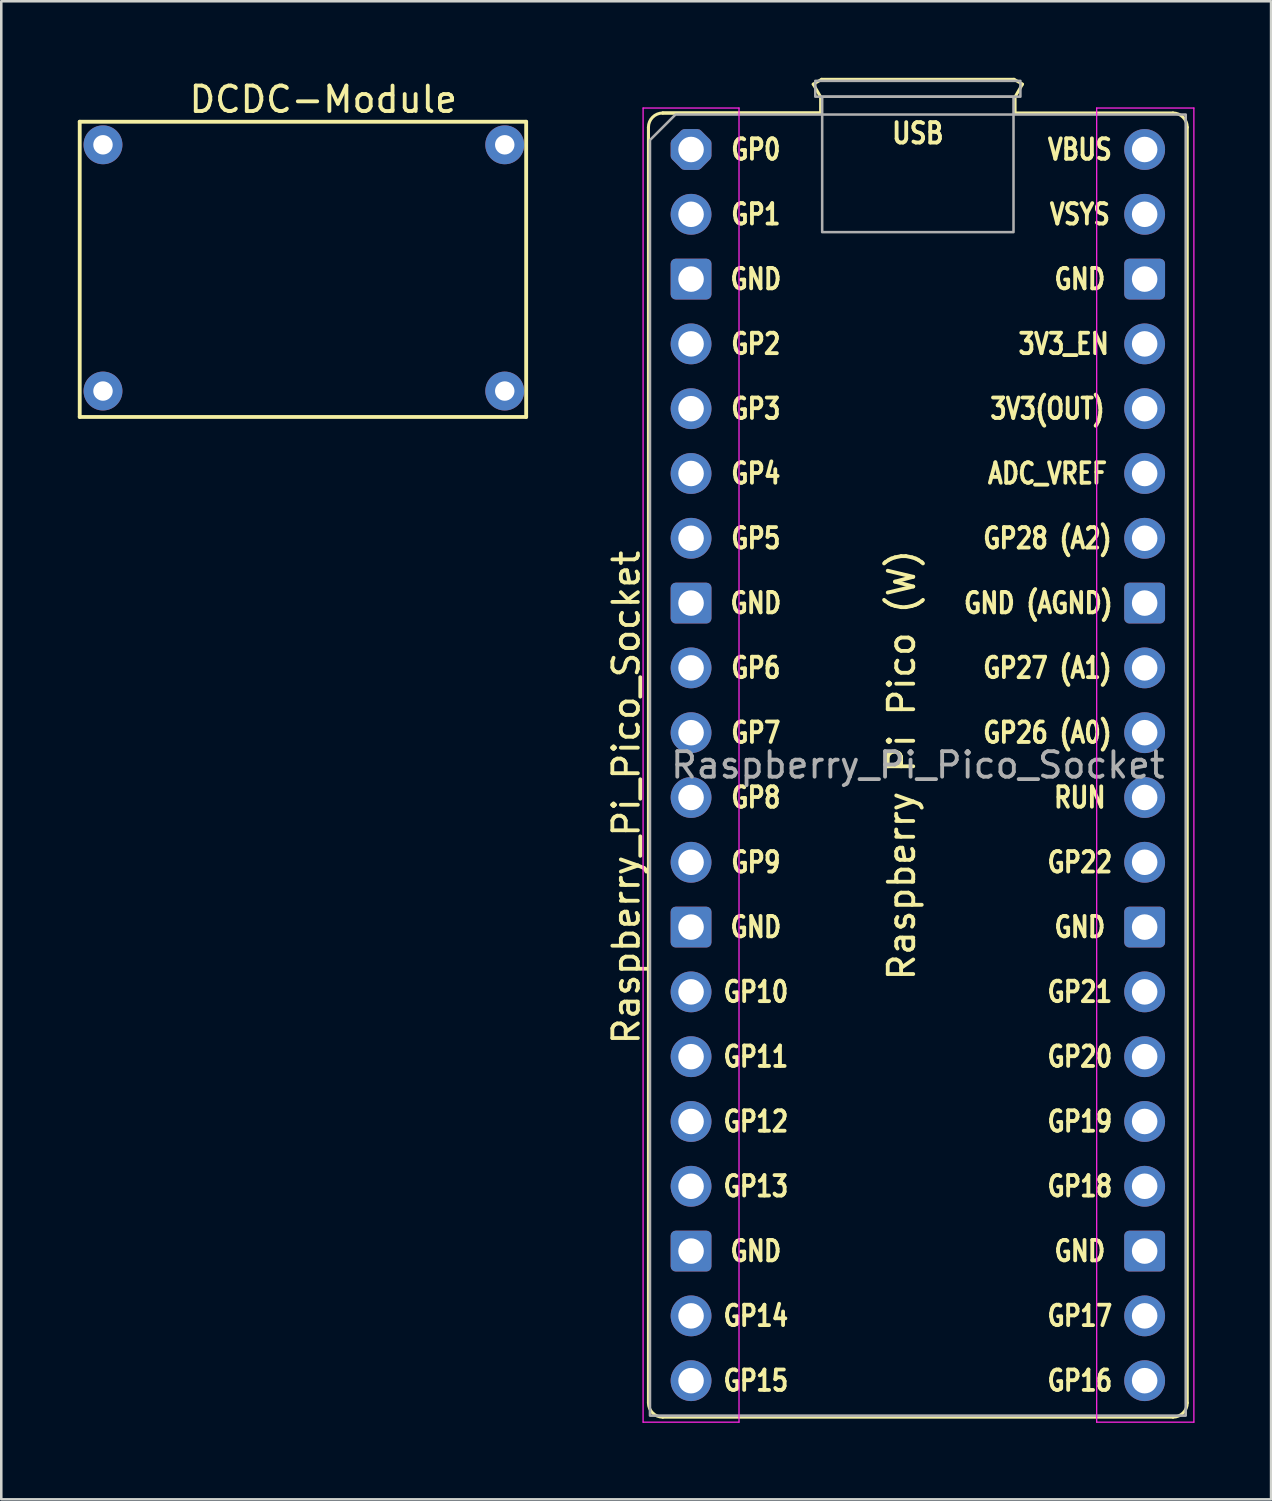
<source format=kicad_pcb>
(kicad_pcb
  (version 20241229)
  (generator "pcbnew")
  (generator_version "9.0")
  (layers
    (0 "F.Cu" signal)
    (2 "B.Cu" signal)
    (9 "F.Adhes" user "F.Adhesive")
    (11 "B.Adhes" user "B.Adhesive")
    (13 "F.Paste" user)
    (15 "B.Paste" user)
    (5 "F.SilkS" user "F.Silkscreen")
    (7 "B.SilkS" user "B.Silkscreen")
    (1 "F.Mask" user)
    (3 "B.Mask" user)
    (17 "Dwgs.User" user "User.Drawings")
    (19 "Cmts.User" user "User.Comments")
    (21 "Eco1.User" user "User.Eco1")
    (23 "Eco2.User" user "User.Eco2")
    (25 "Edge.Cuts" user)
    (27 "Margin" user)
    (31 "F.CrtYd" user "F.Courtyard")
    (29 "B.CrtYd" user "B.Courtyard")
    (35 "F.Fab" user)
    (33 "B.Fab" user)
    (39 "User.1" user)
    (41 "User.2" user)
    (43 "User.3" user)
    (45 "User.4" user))
  (footprint "Raspberry_Pi_Pico_Socket"
    (layer "F.Cu")
    (at 24.038 2.81)
    (property "Reference" "Raspberry_Pi_Pico_Socket" (at -2.54 25.4 90) (layer "F.SilkS") (effects (font (size 1 1) (thickness 0.15))))
    (attr smd)
    (fp_line (start -1.67 -0.87) (end -1.67 49.13) (stroke (width 0.12) (type solid)) (layer "F.SilkS"))
    (fp_line (start -1.11 -1.43) (end 5.08 -1.43) (stroke (width 0.12) (type solid)) (layer "F.SilkS"))
    (fp_line (start -1.11 49.69) (end 18.89 49.69) (stroke (width 0.12) (type solid)) (layer "F.SilkS"))
    (fp_line (start 4.79 -2.56) (end 5.12 -2.75) (stroke (width 0.12) (type solid)) (layer "F.SilkS"))
    (fp_line (start 5.08 -2.06) (end 4.79 -2.56) (stroke (width 0.12) (type solid)) (layer "F.SilkS"))
    (fp_line (start 5.08 -1.43) (end -1.11 -1.43) (stroke (width 0.12) (type solid)) (layer "F.SilkS"))
    (fp_line (start 5.08 -1.43) (end 5.08 -2.06) (stroke (width 0.12) (type solid)) (layer "F.SilkS"))
    (fp_line (start 5.12 -2.75) (end 12.66 -2.75) (stroke (width 0.12) (type solid)) (layer "F.SilkS"))
    (fp_line (start 12.66 -2.75) (end 12.99 -2.56) (stroke (width 0.12) (type solid)) (layer "F.SilkS"))
    (fp_line (start 12.7 -2.06) (end 12.7 -1.43) (stroke (width 0.12) (type solid)) (layer "F.SilkS"))
    (fp_line (start 12.99 -2.56) (end 12.7 -2.06) (stroke (width 0.12) (type solid)) (layer "F.SilkS"))
    (fp_line (start 18.89 -1.43) (end 12.7 -1.43) (stroke (width 0.12) (type solid)) (layer "F.SilkS"))
    (fp_line (start 19.45 -0.87) (end 19.45 49.13) (stroke (width 0.12) (type solid)) (layer "F.SilkS"))
    (fp_arc (start -1.67 -0.87) (mid -1.50598 -1.26598) (end -1.11 -1.43) (stroke (width 0.12) (type solid)) (layer "F.SilkS"))
    (fp_arc (start -1.11 49.69) (mid -1.50598 49.52598) (end -1.67 49.13) (stroke (width 0.12) (type solid)) (layer "F.SilkS"))
    (fp_arc (start 18.89 -1.43) (mid 19.28598 -1.26598) (end 19.45 -0.87) (stroke (width 0.12) (type solid)) (layer "F.SilkS"))
    (fp_arc (start 19.45 49.13) (mid 19.28598 49.52598) (end 18.89 49.69) (stroke (width 0.12) (type solid)) (layer "F.SilkS"))
    (fp_line (start -1.88 -1.626) (end -1.88 49.886) (stroke (width 0.05) (type solid)) (layer "F.CrtYd"))
    (fp_line (start 1.88 -1.626) (end -1.88 -1.626) (stroke (width 0.05) (type solid)) (layer "F.CrtYd"))
    (fp_line (start 1.88 -1.626) (end 1.88 49.886) (stroke (width 0.05) (type solid)) (layer "F.CrtYd"))
    (fp_line (start 1.88 49.886) (end -1.88 49.886) (stroke (width 0.05) (type solid)) (layer "F.CrtYd"))
    (fp_line (start 15.9 -1.626) (end 15.9 49.886) (stroke (width 0.05) (type solid)) (layer "F.CrtYd"))
    (fp_line (start 15.9 -1.626) (end 19.71 -1.626) (stroke (width 0.05) (type solid)) (layer "F.CrtYd"))
    (fp_line (start 15.9 49.886) (end 19.71 49.886) (stroke (width 0.05) (type solid)) (layer "F.CrtYd"))
    (fp_line (start 19.71 -1.626) (end 19.71 49.886) (stroke (width 0.05) (type solid)) (layer "F.CrtYd"))
    (fp_rect (start 4.87 -2.69) (end 12.91 -2.07) (stroke (width 0.1) (type solid)) (fill no) (layer "F.Fab"))
    (fp_rect (start 5.14 -2.07) (end 12.64 3.24) (stroke (width 0.1) (type solid)) (fill no) (layer "F.Fab"))
    (fp_poly (pts (xy 19.39 49.63) (xy -1.61 49.63) (xy -1.61 -0.37) (xy -0.61 -1.37) (xy 19.39 -1.37)) (stroke (width 0.1) (type solid)) (fill no) (layer "F.Fab"))
    (fp_text user "GP18" (at 15.24 40.64 0) (layer "F.SilkS") (effects (font (size 0.8 0.64) (thickness 0.15))))
    (fp_text user "GP12" (at 2.54 38.1 0) (layer "F.SilkS") (effects (font (size 0.8 0.64) (thickness 0.15))))
    (fp_text user "GND" (at 15.24 43.18 0) (layer "F.SilkS") (effects (font (size 0.8 0.64) (thickness 0.15))))
    (fp_text user "VBUS" (at 15.24 0 0) (layer "F.SilkS") (effects (font (size 0.8 0.64) (thickness 0.15))))
    (fp_text user "GP19" (at 15.24 38.1 0) (layer "F.SilkS") (effects (font (size 0.8 0.64) (thickness 0.15))))
    (fp_text user "GP6" (at 2.54 20.32 0) (layer "F.SilkS") (effects (font (size 0.8 0.64) (thickness 0.15))))
    (fp_text user "GP1" (at 2.54 2.54 0) (layer "F.SilkS") (effects (font (size 0.8 0.64) (thickness 0.15))))
    (fp_text user "GND" (at 2.54 5.08 0) (layer "F.SilkS") (effects (font (size 0.8 0.64) (thickness 0.15))))
    (fp_text user "GP26 (A0)" (at 13.97 22.86 0) (layer "F.SilkS") (effects (font (size 0.8 0.64) (thickness 0.15))))
    (fp_text user "GP3" (at 2.54 10.16 0) (layer "F.SilkS") (effects (font (size 0.8 0.64) (thickness 0.15))))
    (fp_text user "GP14" (at 2.54 45.72 0) (layer "F.SilkS") (effects (font (size 0.8 0.64) (thickness 0.15))))
    (fp_text user "USB" (at 8.89 -0.635 0) (layer "F.SilkS") (effects (font (size 0.8 0.66) (thickness 0.15))))
    (fp_text user "Raspberry Pi Pico (W)" (at 8.255 24.13 90) (unlocked yes) (layer "F.SilkS") (effects (font (size 1 1) (thickness 0.15))))
    (fp_text user "GP17" (at 15.24 45.72 0) (layer "F.SilkS") (effects (font (size 0.8 0.64) (thickness 0.15))))
    (fp_text user "GP8" (at 2.54 25.4 0) (layer "F.SilkS") (effects (font (size 0.8 0.64) (thickness 0.15))))
    (fp_text user "GP21" (at 15.24 33.02 0) (layer "F.SilkS") (effects (font (size 0.8 0.64) (thickness 0.15))))
    (fp_text user "GP11" (at 2.54 35.56 0) (layer "F.SilkS") (effects (font (size 0.8 0.64) (thickness 0.15))))
    (fp_text user "GP10" (at 2.54 33.02 0) (layer "F.SilkS") (effects (font (size 0.8 0.64) (thickness 0.15))))
    (fp_text user "VSYS" (at 15.24 2.54 0) (layer "F.SilkS") (effects (font (size 0.8 0.64) (thickness 0.15))))
    (fp_text user "GND" (at 15.24 30.48 0) (layer "F.SilkS") (effects (font (size 0.8 0.64) (thickness 0.15))))
    (fp_text user "ADC_VREF" (at 13.97 12.7 0) (layer "F.SilkS") (effects (font (size 0.8 0.64) (thickness 0.15))))
    (fp_text user "GP28 (A2)" (at 13.97 15.24 0) (layer "F.SilkS") (effects (font (size 0.8 0.64) (thickness 0.15))))
    (fp_text user "GP4" (at 2.54 12.7 0) (layer "F.SilkS") (effects (font (size 0.8 0.64) (thickness 0.15))))
    (fp_text user "GP5" (at 2.54 15.24 0) (layer "F.SilkS") (effects (font (size 0.8 0.64) (thickness 0.15))))
    (fp_text user "GND" (at 15.24 5.08 0) (layer "F.SilkS") (effects (font (size 0.8 0.64) (thickness 0.15))))
    (fp_text user "GP20" (at 15.24 35.56 0) (layer "F.SilkS") (effects (font (size 0.8 0.64) (thickness 0.15))))
    (fp_text user "RUN" (at 15.24 25.4 0) (layer "F.SilkS") (effects (font (size 0.8 0.64) (thickness 0.15))))
    (fp_text user "GP13" (at 2.54 40.64 0) (layer "F.SilkS") (effects (font (size 0.8 0.64) (thickness 0.15))))
    (fp_text user "GP22" (at 15.24 27.94 0) (layer "F.SilkS") (effects (font (size 0.8 0.64) (thickness 0.15))))
    (fp_text user "GP16" (at 15.24 48.26 0) (layer "F.SilkS") (effects (font (size 0.8 0.64) (thickness 0.15))))
    (fp_text user "GP2" (at 2.54 7.62 0) (layer "F.SilkS") (effects (font (size 0.8 0.64) (thickness 0.15))))
    (fp_text user "GND" (at 2.54 43.18 0) (layer "F.SilkS") (effects (font (size 0.8 0.64) (thickness 0.15))))
    (fp_text user "GND" (at 2.54 30.48 0) (layer "F.SilkS") (effects (font (size 0.8 0.64) (thickness 0.15))))
    (fp_text user "GP9" (at 2.54 27.94 0) (layer "F.SilkS") (effects (font (size 0.8 0.64) (thickness 0.15))))
    (fp_text user "GND (AGND)" (at 13.614 17.78 0) (layer "F.SilkS") (effects (font (size 0.8 0.64) (thickness 0.15))))
    (fp_text user "GP15" (at 2.54 48.26 0) (layer "F.SilkS") (effects (font (size 0.8 0.64) (thickness 0.15))))
    (fp_text user "3V3_EN" (at 14.605 7.62 0) (layer "F.SilkS") (effects (font (size 0.8 0.64) (thickness 0.15))))
    (fp_text user "GP7" (at 2.54 22.86 0) (layer "F.SilkS") (effects (font (size 0.8 0.64) (thickness 0.15))))
    (fp_text user "GP27 (A1)" (at 13.97 20.32 0) (layer "F.SilkS") (effects (font (size 0.8 0.64) (thickness 0.15))))
    (fp_text user "GND" (at 2.54 17.78 0) (layer "F.SilkS") (effects (font (size 0.8 0.64) (thickness 0.15))))
    (fp_text user "3V3(OUT)" (at 13.97 10.16 0) (layer "F.SilkS") (effects (font (size 0.8 0.64) (thickness 0.15))))
    (fp_text user "GP0" (at 2.54 0 0) (layer "F.SilkS") (effects (font (size 0.8 0.64) (thickness 0.15))))
    (fp_text user "${REFERENCE}" (at 8.89 24.13 0) (unlocked yes) (layer "F.Fab") (effects (font (size 1 1) (thickness 0.15))))
    (pad "1" thru_hole custom (at 0 0) (size 1.6 1.6) (drill 1) (layers "*.Cu" "*.Mask") (options (anchor circle)) (primitives (gr_poly (pts (xy 0.6 0.249) (xy 0.249 0.6) (xy -0.249 0.6) (xy -0.6 0.249) (xy -0.6 -0.249) (xy -0.249 -0.6) (xy 0.249 -0.6) (xy 0.6 -0.249)) (width 0.4) (fill yes))))
    (pad "2" thru_hole circle (at 0 2.54) (size 1.6 1.6) (drill 1) (layers "*.Cu" "*.Mask"))
    (pad "3" thru_hole roundrect (at 0 5.08) (size 1.6 1.6) (drill 1) (layers "*.Cu" "*.Mask") (roundrect_rratio 0.125))
    (pad "4" thru_hole circle (at 0 7.62) (size 1.6 1.6) (drill 1) (layers "*.Cu" "*.Mask"))
    (pad "5" thru_hole circle (at 0 10.16) (size 1.6 1.6) (drill 1) (layers "*.Cu" "*.Mask"))
    (pad "6" thru_hole circle (at 0 12.7) (size 1.6 1.6) (drill 1) (layers "*.Cu" "*.Mask"))
    (pad "7" thru_hole circle (at 0 15.24) (size 1.6 1.6) (drill 1) (layers "*.Cu" "*.Mask"))
    (pad "8" thru_hole roundrect (at 0 17.78) (size 1.6 1.6) (drill 1) (layers "*.Cu" "*.Mask") (roundrect_rratio 0.125))
    (pad "9" thru_hole circle (at 0 20.32) (size 1.6 1.6) (drill 1) (layers "*.Cu" "*.Mask"))
    (pad "10" thru_hole circle (at 0 22.86) (size 1.6 1.6) (drill 1) (layers "*.Cu" "*.Mask"))
    (pad "11" thru_hole circle (at 0 25.4) (size 1.6 1.6) (drill 1) (layers "*.Cu" "*.Mask"))
    (pad "12" thru_hole circle (at 0 27.94) (size 1.6 1.6) (drill 1) (layers "*.Cu" "*.Mask"))
    (pad "13" thru_hole roundrect (at 0 30.48) (size 1.6 1.6) (drill 1) (layers "*.Cu" "*.Mask") (roundrect_rratio 0.125))
    (pad "14" thru_hole circle (at 0 33.02) (size 1.6 1.6) (drill 1) (layers "*.Cu" "*.Mask"))
    (pad "15" thru_hole circle (at 0 35.56) (size 1.6 1.6) (drill 1) (layers "*.Cu" "*.Mask"))
    (pad "16" thru_hole circle (at 0 38.1) (size 1.6 1.6) (drill 1) (layers "*.Cu" "*.Mask"))
    (pad "17" thru_hole circle (at 0 40.64) (size 1.6 1.6) (drill 1) (layers "*.Cu" "*.Mask"))
    (pad "18" thru_hole roundrect (at 0 43.18) (size 1.6 1.6) (drill 1) (layers "*.Cu" "*.Mask") (roundrect_rratio 0.125))
    (pad "19" thru_hole circle (at 0 45.72) (size 1.6 1.6) (drill 1) (layers "*.Cu" "*.Mask"))
    (pad "20" thru_hole circle (at 0 48.26) (size 1.6 1.6) (drill 1) (layers "*.Cu" "*.Mask"))
    (pad "21" thru_hole circle (at 17.78 48.26) (size 1.6 1.6) (drill 1) (layers "*.Cu" "*.Mask"))
    (pad "22" thru_hole circle (at 17.78 45.72) (size 1.6 1.6) (drill 1) (layers "*.Cu" "*.Mask"))
    (pad "23" thru_hole roundrect (at 17.78 43.18) (size 1.6 1.6) (drill 1) (layers "*.Cu" "*.Mask") (roundrect_rratio 0.125))
    (pad "24" thru_hole circle (at 17.78 40.64) (size 1.6 1.6) (drill 1) (layers "*.Cu" "*.Mask"))
    (pad "25" thru_hole circle (at 17.78 38.1) (size 1.6 1.6) (drill 1) (layers "*.Cu" "*.Mask"))
    (pad "26" thru_hole circle (at 17.78 35.56) (size 1.6 1.6) (drill 1) (layers "*.Cu" "*.Mask"))
    (pad "27" thru_hole circle (at 17.78 33.02) (size 1.6 1.6) (drill 1) (layers "*.Cu" "*.Mask"))
    (pad "28" thru_hole roundrect (at 17.78 30.48) (size 1.6 1.6) (drill 1) (layers "*.Cu" "*.Mask") (roundrect_rratio 0.125))
    (pad "29" thru_hole circle (at 17.78 27.94) (size 1.6 1.6) (drill 1) (layers "*.Cu" "*.Mask"))
    (pad "30" thru_hole circle (at 17.78 25.4) (size 1.6 1.6) (drill 1) (layers "*.Cu" "*.Mask"))
    (pad "31" thru_hole circle (at 17.78 22.86) (size 1.6 1.6) (drill 1) (layers "*.Cu" "*.Mask"))
    (pad "32" thru_hole circle (at 17.78 20.32) (size 1.6 1.6) (drill 1) (layers "*.Cu" "*.Mask"))
    (pad "33" thru_hole roundrect (at 17.78 17.78) (size 1.6 1.6) (drill 1) (layers "*.Cu" "*.Mask") (roundrect_rratio 0.125))
    (pad "34" thru_hole circle (at 17.78 15.24) (size 1.6 1.6) (drill 1) (layers "*.Cu" "*.Mask"))
    (pad "35" thru_hole circle (at 17.78 12.7) (size 1.6 1.6) (drill 1) (layers "*.Cu" "*.Mask"))
    (pad "36" thru_hole circle (at 17.78 10.16) (size 1.6 1.6) (drill 1) (layers "*.Cu" "*.Mask"))
    (pad "37" thru_hole circle (at 17.78 7.62) (size 1.6 1.6) (drill 1) (layers "*.Cu" "*.Mask"))
    (pad "38" thru_hole roundrect (at 17.78 5.08) (size 1.6 1.6) (drill 1) (layers "*.Cu" "*.Mask") (roundrect_rratio 0.125))
    (pad "39" thru_hole circle (at 17.78 2.54) (size 1.6 1.6) (drill 1) (layers "*.Cu" "*.Mask"))
    (pad "40" thru_hole circle (at 17.78 0) (size 1.6 1.6) (drill 1) (layers "*.Cu" "*.Mask")))
  (footprint "DCDC-Module"
    (layer "F.Cu")
    (at 0.987 2.626)
    (property "Reference" "DCDC-Module" (at 8.636 -1.778 0) (unlocked yes) (layer "F.SilkS") (effects (font (size 1 1) (thickness 0.15))))
    (attr through_hole)
    (fp_line (start -0.912 -0.904) (end -0.912 10.668) (stroke (width 0.15) (type solid)) (layer "F.SilkS"))
    (fp_line (start -0.912 10.668) (end 16.588 10.668) (stroke (width 0.15) (type solid)) (layer "F.SilkS"))
    (fp_line (start 16.588 -0.904) (end -0.912 -0.904) (stroke (width 0.15) (type solid)) (layer "F.SilkS"))
    (fp_line (start 16.588 10.668) (end 16.588 -0.904) (stroke (width 0.15) (type solid)) (layer "F.SilkS"))
    (pad "1" thru_hole circle (at 0 0) (size 1.524 1.524) (drill 0.762) (layers "*.Cu" "*.Mask"))
    (pad "2" thru_hole circle (at 0 9.652) (size 1.524 1.524) (drill 0.762) (layers "*.Cu" "*.Mask"))
    (pad "3" thru_hole circle (at 15.748 0) (size 1.524 1.524) (drill 0.762) (layers "*.Cu" "*.Mask"))
    (pad "4" thru_hole circle (at 15.748 9.652) (size 1.524 1.524) (drill 0.762) (layers "*.Cu" "*.Mask")))
  (gr_rect
    (start -3 -3)
    (end 46.774 55.721)
    (stroke (width 0.1) (type default))
    (fill no)
    (layer "Edge.Cuts")))
</source>
